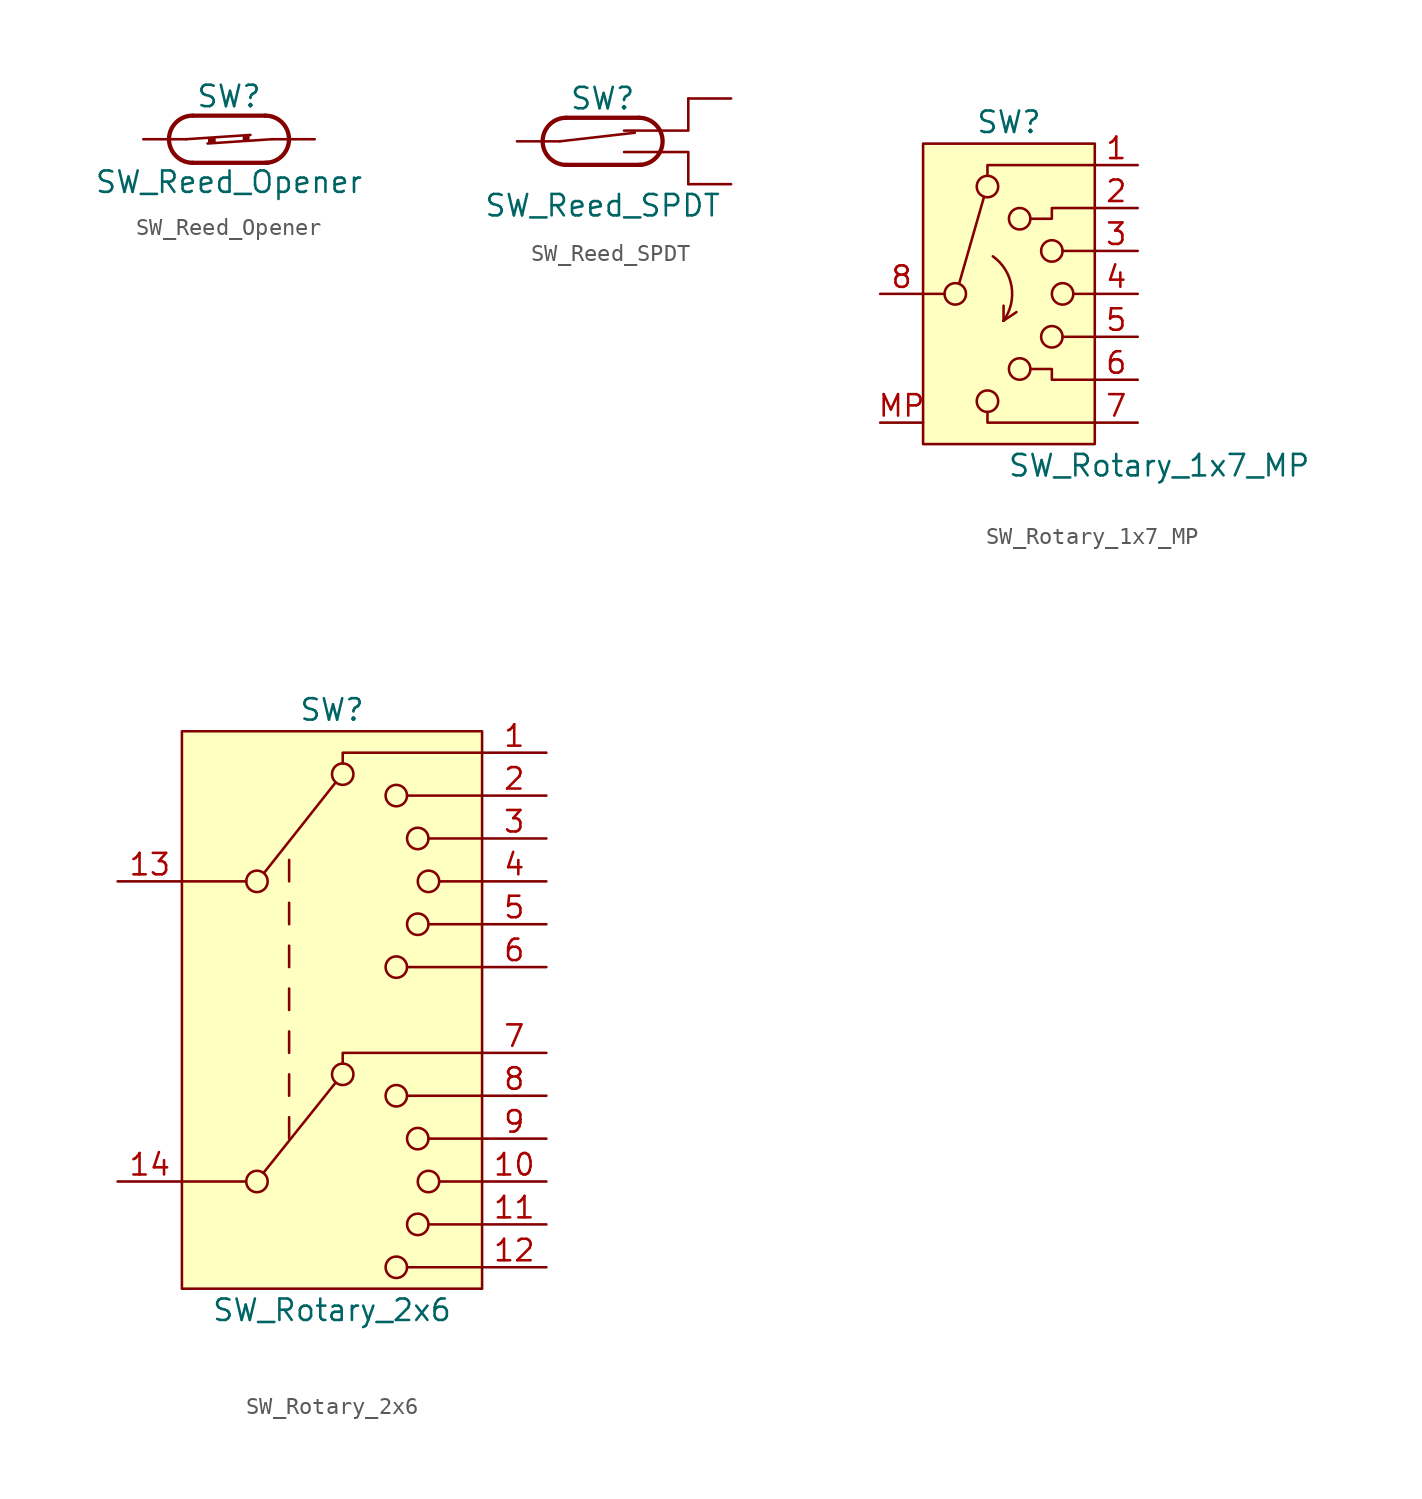
<source format=kicad_sym>
(kicad_symbol_lib
  (version 20241209)
  (generator "kicad_symbol_editor")
  (generator_version "9.0")
  (symbol "SW_Reed_Opener"
    (pin_numbers
      (hide yes))
    (pin_names
      (offset 0)
      (hide yes))
    (property "Reference" "SW"
      (at 0 2.54 0)
      (effects (font (size 1.27 1.27))))
    (property "Value" "SW_Reed_Opener"
      (at 0 -2.54 0)
      (effects (font (size 1.27 1.27))))
    (symbol "SW_Reed_Opener_0_0"
      (polyline (pts (xy -2.54 0) (xy 1.27 0.254)) (stroke (width 0) (type default)) (fill (type none)))
      (polyline (pts (xy -2.159 -1.397) (xy 2.286 -1.397)) (stroke (width 0.254) (type default)) (fill (type none)))
      (arc (start -2.159 -1.397) (mid -3.55 0) (end -2.159 1.397) (stroke (width 0.254) (type default)) (fill (type none)))
      (arc (start 2.159 1.397) (mid 3.55 0) (end 2.159 -1.397) (stroke (width 0.254) (type default)) (fill (type none)))
      (polyline (pts (xy 2.159 1.397) (xy -2.159 1.397)) (stroke (width 0.254) (type default)) (fill (type none)))
      (polyline (pts (xy 2.54 0) (xy -1.27 -0.254)) (stroke (width 0) (type default)) (fill (type none))))
    (symbol "SW_Reed_Opener_0_1"
      (rectangle (start -1.168 0.051) (end -0.864 -0.203) (stroke (width 0) (type default)) (fill (type outline)))
      (rectangle (start 0.889 0.178) (end 1.143 -0.076) (stroke (width 0) (type default)) (fill (type outline))))
    (symbol "SW_Reed_Opener_1_1"
      (pin passive line (at -5.08 0 0) (length 2.54) (name "1" (effects (font (size 1.27 1.27)))) (number "1" (effects (font (size 1.27 1.27)))))
      (pin passive line (at 5.08 0 180) (length 2.54) (name "2" (effects (font (size 1.27 1.27)))) (number "2" (effects (font (size 1.27 1.27)))))))
  (symbol "SW_Reed_SPDT"
    (pin_numbers
      (hide yes))
    (pin_names
      (offset 0)
      (hide yes))
    (property "Reference" "SW"
      (at 0 2.54 0)
      (effects (font (size 1.27 1.27))))
    (property "Value" "SW_Reed_SPDT"
      (at 0 -3.81 0)
      (effects (font (size 1.27 1.27))))
    (symbol "SW_Reed_SPDT_0_0"
      (polyline (pts (xy -2.54 0) (xy 1.905 0.508)) (stroke (width 0) (type default)) (fill (type none)))
      (polyline (pts (xy -2.159 -1.397) (xy 2.286 -1.397)) (stroke (width 0.254) (type default)) (fill (type none)))
      (arc (start -2.159 -1.397) (mid -3.55 0) (end -2.159 1.397) (stroke (width 0.254) (type default)) (fill (type none)))
      (arc (start 2.159 1.397) (mid 3.55 0) (end 2.159 -1.397) (stroke (width 0.254) (type default)) (fill (type none)))
      (polyline (pts (xy 2.159 1.397) (xy -2.159 1.397)) (stroke (width 0.254) (type default)) (fill (type none))))
    (symbol "SW_Reed_SPDT_0_1"
      (polyline (pts (xy 1.27 0.635) (xy 5.08 0.635) (xy 5.08 2.54)) (stroke (width 0) (type default)) (fill (type none)))
      (polyline (pts (xy 1.27 -0.635) (xy 5.08 -0.635) (xy 5.08 -2.54)) (stroke (width 0) (type default)) (fill (type none))))
    (symbol "SW_Reed_SPDT_1_1"
      (pin passive line (at -5.08 0 0) (length 2.54) (name "2" (effects (font (size 1.27 1.27)))) (number "2" (effects (font (size 1.27 1.27)))))
      (pin passive line (at 7.62 2.54 180) (length 2.54) (name "1" (effects (font (size 1.27 1.27)))) (number "1" (effects (font (size 1.27 1.27)))))
      (pin passive line (at 7.62 -2.54 180) (length 2.54) (name "3" (effects (font (size 1.27 1.27)))) (number "3" (effects (font (size 1.27 1.27)))))))
  (symbol "SW_Rotary_1x7_MP"
    (pin_names
      (offset 0.002)
      (hide yes))
    (property "Reference" "SW"
      (at 0 10.16 0)
      (effects (font (size 1.27 1.27))))
    (property "Value" "SW_Rotary_1x7_MP"
      (at 8.89 -10.16 0)
      (effects (font (size 1.27 1.27))))
    (symbol "SW_Rotary_1x7_MP_0_1"
      (polyline (pts (xy -5.08 0) (xy -3.81 0)) (stroke (width 0) (type default)) (fill (type none)))
      (circle (center -3.175 0) (radius 0.635) (stroke (width 0) (type default)) (fill (type none)))
      (polyline (pts (xy -2.946 0.61) (xy -1.473 5.74)) (stroke (width 0) (type default)) (fill (type none)))
      (arc (start -0.9526 2.2225) (mid 0.154 0.449) (end -0.3176 -1.5875) (stroke (width 0) (type default)) (fill (type none)))
      (circle (center -1.27 6.35) (radius 0.635) (stroke (width 0) (type default)) (fill (type none)))
      (circle (center -1.27 -6.35) (radius 0.635) (stroke (width 0) (type default)) (fill (type none)))
      (polyline (pts (xy -0.318 -1.587) (xy -0.318 -0.699)) (stroke (width 0) (type default)) (fill (type none)))
      (polyline (pts (xy -0.318 -1.587) (xy -0.318 -1.587)) (stroke (width 0) (type default)) (fill (type none)))
      (polyline (pts (xy -0.318 -1.587) (xy 0.444 -1.079)) (stroke (width 0) (type default)) (fill (type none)))
      (circle (center 0.635 4.445) (radius 0.635) (stroke (width 0) (type default)) (fill (type none)))
      (circle (center 0.635 -4.445) (radius 0.635) (stroke (width 0) (type default)) (fill (type none)))
      (circle (center 2.54 2.54) (radius 0.635) (stroke (width 0) (type default)) (fill (type none)))
      (circle (center 2.54 -2.54) (radius 0.635) (stroke (width 0) (type default)) (fill (type none)))
      (circle (center 3.175 0) (radius 0.635) (stroke (width 0) (type default)) (fill (type none)))
      (polyline (pts (xy 5.08 7.62) (xy -1.27 7.62) (xy -1.27 7.62) (xy -1.27 6.985)) (stroke (width 0) (type default)) (fill (type none)))
      (polyline (pts (xy 5.08 5.08) (xy 2.54 5.08) (xy 2.54 4.445) (xy 1.27 4.445)) (stroke (width 0) (type default)) (fill (type none)))
      (polyline (pts (xy 5.08 2.54) (xy 3.175 2.54)) (stroke (width 0) (type default)) (fill (type none)))
      (polyline (pts (xy 5.08 0) (xy 3.81 0)) (stroke (width 0) (type default)) (fill (type none)))
      (polyline (pts (xy 5.08 -2.54) (xy 3.175 -2.54)) (stroke (width 0) (type default)) (fill (type none)))
      (polyline (pts (xy 5.08 -5.08) (xy 2.54 -5.08) (xy 2.54 -4.445) (xy 1.27 -4.445)) (stroke (width 0) (type default)) (fill (type none)))
      (polyline (pts (xy 5.08 -7.62) (xy -1.27 -7.62) (xy -1.27 -7.62) (xy -1.27 -6.985)) (stroke (width 0) (type default)) (fill (type none))))
    (symbol "SW_Rotary_1x7_MP_1_1"
      (polyline (pts (xy -5.08 8.89) (xy 5.08 8.89) (xy 5.08 -8.89) (xy -5.08 -8.89) (xy -5.08 8.89) (xy -5.08 8.89)) (stroke (width 0) (type default)) (fill (type background)))
      (pin passive line (at -7.62 0 0) (length 2.54) (name "" (effects (font (size 1.27 1.27)))) (number "8" (effects (font (size 1.27 1.27)))))
      (pin passive line (at -7.62 -7.62 0) (length 2.54) (name "" (effects (font (size 1.27 1.27)))) (number "MP" (effects (font (size 1.27 1.27)))))
      (pin passive line (at 7.62 7.62 180) (length 2.54) (name "" (effects (font (size 1.27 1.27)))) (number "1" (effects (font (size 1.27 1.27)))))
      (pin passive line (at 7.62 5.08 180) (length 2.54) (name "" (effects (font (size 1.27 1.27)))) (number "2" (effects (font (size 1.27 1.27)))))
      (pin passive line (at 7.62 2.54 180) (length 2.54) (name "" (effects (font (size 1.27 1.27)))) (number "3" (effects (font (size 1.27 1.27)))))
      (pin passive line (at 7.62 0 180) (length 2.54) (name "" (effects (font (size 1.27 1.27)))) (number "4" (effects (font (size 1.27 1.27)))))
      (pin passive line (at 7.62 -2.54 180) (length 2.54) (name "" (effects (font (size 1.27 1.27)))) (number "5" (effects (font (size 1.27 1.27)))))
      (pin passive line (at 7.62 -5.08 180) (length 2.54) (name "" (effects (font (size 1.27 1.27)))) (number "6" (effects (font (size 1.27 1.27)))))
      (pin passive line (at 7.62 -7.62 180) (length 2.54) (name "" (effects (font (size 1.27 1.27)))) (number "7" (effects (font (size 1.27 1.27)))))))
  (symbol "SW_Rotary_2x6"
    (pin_names
      (offset 1.016)
      (hide yes))
    (property "Reference" "SW"
      (at 0 17.78 0)
      (effects (font (size 1.27 1.27))))
    (property "Value" "SW_Rotary_2x6"
      (at 0 -17.78 0)
      (effects (font (size 1.27 1.27))))
    (symbol "SW_Rotary_2x6_0_0"
      (circle (center -4.445 7.62) (radius 0.635) (stroke (width 0) (type default)) (fill (type none)))
      (circle (center -4.445 -10.16) (radius 0.635) (stroke (width 0) (type default)) (fill (type none)))
      (polyline (pts (xy -4.064 -9.652) (xy 0.203 -4.318)) (stroke (width 0) (type default)) (fill (type none)))
      (polyline (pts (xy -4.013 8.128) (xy 0.203 13.462)) (stroke (width 0) (type default)) (fill (type none)))
      (polyline (pts (xy -2.54 7.62) (xy -2.54 8.89)) (stroke (width 0) (type default)) (fill (type none)))
      (polyline (pts (xy -2.54 5.08) (xy -2.54 6.35)) (stroke (width 0) (type default)) (fill (type none)))
      (polyline (pts (xy -2.54 2.54) (xy -2.54 3.81)) (stroke (width 0) (type default)) (fill (type none)))
      (polyline (pts (xy -2.54 0) (xy -2.54 1.27)) (stroke (width 0) (type default)) (fill (type none)))
      (polyline (pts (xy -2.54 -2.54) (xy -2.54 -1.27)) (stroke (width 0) (type default)) (fill (type none)))
      (polyline (pts (xy -2.54 -5.08) (xy -2.54 -3.81)) (stroke (width 0) (type default)) (fill (type none)))
      (polyline (pts (xy -2.54 -7.62) (xy -2.54 -6.35)) (stroke (width 0) (type default)) (fill (type none)))
      (polyline (pts (xy 0.635 14.605) (xy 0.635 15.24) (xy 8.89 15.24)) (stroke (width 0) (type default)) (fill (type none)))
      (circle (center 0.635 13.97) (radius 0.635) (stroke (width 0) (type default)) (fill (type none)))
      (polyline (pts (xy 0.635 -3.175) (xy 0.635 -2.54) (xy 8.89 -2.54)) (stroke (width 0) (type default)) (fill (type none)))
      (circle (center 0.635 -3.81) (radius 0.635) (stroke (width 0) (type default)) (fill (type none)))
      (circle (center 3.81 12.7) (radius 0.635) (stroke (width 0) (type default)) (fill (type none)))
      (circle (center 3.81 2.54) (radius 0.635) (stroke (width 0) (type default)) (fill (type none)))
      (circle (center 3.81 -5.08) (radius 0.635) (stroke (width 0) (type default)) (fill (type none)))
      (circle (center 3.81 -15.24) (radius 0.635) (stroke (width 0) (type default)) (fill (type none)))
      (polyline (pts (xy 4.445 12.7) (xy 8.89 12.7)) (stroke (width 0) (type default)) (fill (type none)))
      (polyline (pts (xy 4.445 -5.08) (xy 8.89 -5.08)) (stroke (width 0) (type default)) (fill (type none)))
      (circle (center 5.08 10.16) (radius 0.635) (stroke (width 0) (type default)) (fill (type none)))
      (circle (center 5.08 5.08) (radius 0.635) (stroke (width 0) (type default)) (fill (type none)))
      (circle (center 5.08 -7.62) (radius 0.635) (stroke (width 0) (type default)) (fill (type none)))
      (circle (center 5.08 -12.7) (radius 0.635) (stroke (width 0) (type default)) (fill (type none)))
      (polyline (pts (xy 5.715 10.16) (xy 8.89 10.16)) (stroke (width 0) (type default)) (fill (type none)))
      (circle (center 5.715 7.62) (radius 0.635) (stroke (width 0) (type default)) (fill (type none)))
      (polyline (pts (xy 5.715 5.08) (xy 8.89 5.08)) (stroke (width 0) (type default)) (fill (type none)))
      (polyline (pts (xy 5.715 -7.62) (xy 8.89 -7.62)) (stroke (width 0) (type default)) (fill (type none)))
      (circle (center 5.715 -10.16) (radius 0.635) (stroke (width 0) (type default)) (fill (type none)))
      (polyline (pts (xy 5.715 -12.7) (xy 8.89 -12.7)) (stroke (width 0) (type default)) (fill (type none)))
      (polyline (pts (xy 6.35 7.62) (xy 8.89 7.62)) (stroke (width 0) (type default)) (fill (type none)))
      (polyline (pts (xy 6.35 -10.16) (xy 8.89 -10.16)) (stroke (width 0) (type default)) (fill (type none)))
      (polyline (pts (xy 8.89 2.54) (xy 4.445 2.54)) (stroke (width 0) (type default)) (fill (type none)))
      (polyline (pts (xy 8.89 -15.24) (xy 4.445 -15.24)) (stroke (width 0) (type default)) (fill (type none))))
    (symbol "SW_Rotary_2x6_0_1"
      (polyline (pts (xy -5.131 -10.16) (xy -8.89 -10.16)) (stroke (width 0) (type default)) (fill (type none)))
      (polyline (pts (xy -5.08 7.62) (xy -8.89 7.62)) (stroke (width 0) (type default)) (fill (type none))))
    (symbol "SW_Rotary_2x6_1_1"
      (rectangle (start -8.89 16.51) (end 8.89 -16.51) (stroke (width 0) (type default)) (fill (type background)))
      (pin passive line (at -12.7 7.62 0) (length 3.81) (name "13" (effects (font (size 1.27 1.27)))) (number "13" (effects (font (size 1.27 1.27)))))
      (pin passive line (at -12.7 -10.16 0) (length 3.81) (name "14" (effects (font (size 1.27 1.27)))) (number "14" (effects (font (size 1.27 1.27)))))
      (pin passive line (at 12.7 15.24 180) (length 3.81) (name "1" (effects (font (size 1.27 1.27)))) (number "1" (effects (font (size 1.27 1.27)))))
      (pin passive line (at 12.7 12.7 180) (length 3.81) (name "2" (effects (font (size 1.27 1.27)))) (number "2" (effects (font (size 1.27 1.27)))))
      (pin passive line (at 12.7 10.16 180) (length 3.81) (name "3" (effects (font (size 1.27 1.27)))) (number "3" (effects (font (size 1.27 1.27)))))
      (pin passive line (at 12.7 7.62 180) (length 3.81) (name "4" (effects (font (size 1.27 1.27)))) (number "4" (effects (font (size 1.27 1.27)))))
      (pin passive line (at 12.7 5.08 180) (length 3.81) (name "5" (effects (font (size 1.27 1.27)))) (number "5" (effects (font (size 1.27 1.27)))))
      (pin passive line (at 12.7 2.54 180) (length 3.81) (name "6" (effects (font (size 1.27 1.27)))) (number "6" (effects (font (size 1.27 1.27)))))
      (pin passive line (at 12.7 -2.54 180) (length 3.81) (name "7" (effects (font (size 1.27 1.27)))) (number "7" (effects (font (size 1.27 1.27)))))
      (pin passive line (at 12.7 -5.08 180) (length 3.81) (name "8" (effects (font (size 1.27 1.27)))) (number "8" (effects (font (size 1.27 1.27)))))
      (pin passive line (at 12.7 -7.62 180) (length 3.81) (name "9" (effects (font (size 1.27 1.27)))) (number "9" (effects (font (size 1.27 1.27)))))
      (pin passive line (at 12.7 -10.16 180) (length 3.81) (name "10" (effects (font (size 1.27 1.27)))) (number "10" (effects (font (size 1.27 1.27)))))
      (pin passive line (at 12.7 -12.7 180) (length 3.81) (name "11" (effects (font (size 1.27 1.27)))) (number "11" (effects (font (size 1.27 1.27)))))
      (pin passive line (at 12.7 -15.24 180) (length 3.81) (name "12" (effects (font (size 1.27 1.27)))) (number "12" (effects (font (size 1.27 1.27))))))))
</source>
